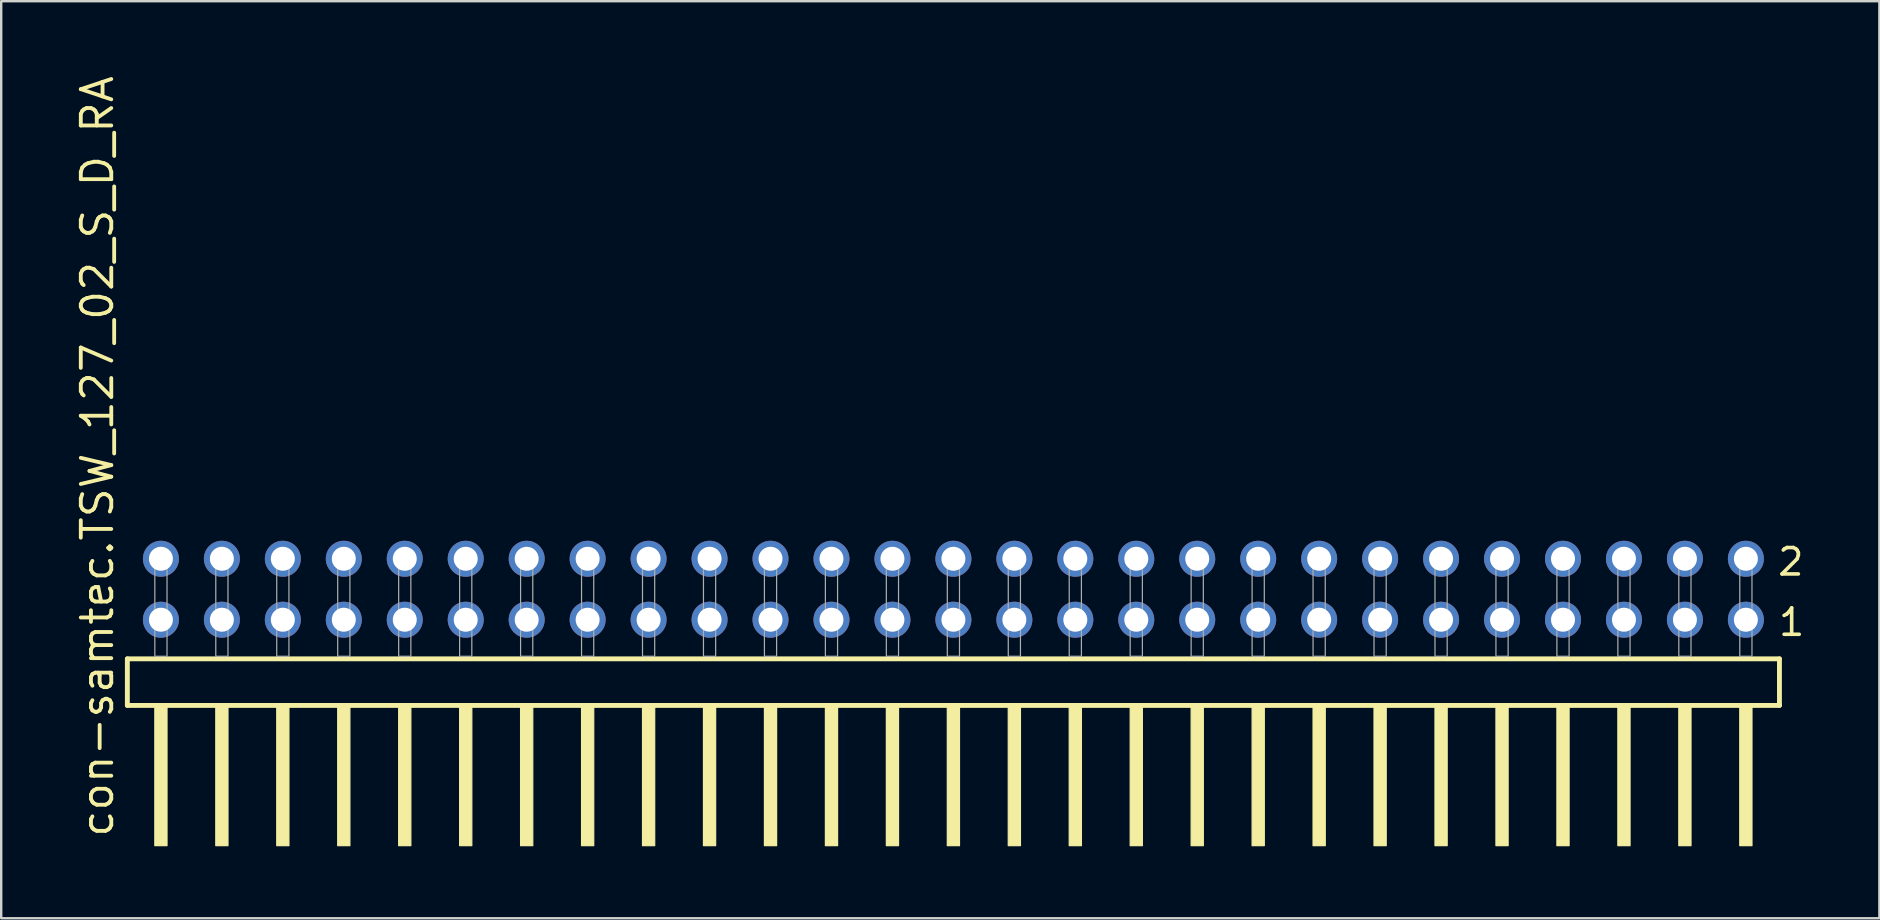
<source format=kicad_pcb>
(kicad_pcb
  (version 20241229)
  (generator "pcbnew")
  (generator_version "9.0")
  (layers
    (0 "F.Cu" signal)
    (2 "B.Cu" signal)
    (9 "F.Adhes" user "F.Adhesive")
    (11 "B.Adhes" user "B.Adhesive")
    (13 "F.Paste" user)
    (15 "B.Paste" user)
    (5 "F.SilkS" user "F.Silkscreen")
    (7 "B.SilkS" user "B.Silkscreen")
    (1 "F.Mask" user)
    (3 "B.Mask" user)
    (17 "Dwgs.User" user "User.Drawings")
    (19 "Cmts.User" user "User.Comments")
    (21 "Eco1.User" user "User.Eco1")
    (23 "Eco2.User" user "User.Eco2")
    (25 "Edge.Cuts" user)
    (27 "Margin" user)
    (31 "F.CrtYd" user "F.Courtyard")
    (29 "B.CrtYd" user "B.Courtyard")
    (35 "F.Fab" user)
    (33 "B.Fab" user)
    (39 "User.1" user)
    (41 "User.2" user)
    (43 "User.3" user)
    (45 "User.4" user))
  (footprint "con-samtec.TSW_127_02_S_D_RA"
    (layer "F.Cu")
    (at 36.675 24.296)
    (property "Reference" "con-samtec.TSW_127_02_S_D_RA" (at -34.925 7.62 90) (layer "F.SilkS") (effects (font (size 1.27 1.27) (thickness 0.16)) (justify left bottom)))
    (attr through_hole)
    (fp_line (start -34.419 0.106) (end -34.419 2.046) (stroke (width 0.203) (type default)) (layer "F.SilkS"))
    (fp_line (start -34.419 2.046) (end 34.419 2.046) (stroke (width 0.203) (type default)) (layer "F.SilkS"))
    (fp_line (start 34.419 0.106) (end -34.419 0.106) (stroke (width 0.203) (type default)) (layer "F.SilkS"))
    (fp_line (start 34.419 2.046) (end 34.419 0.106) (stroke (width 0.203) (type default)) (layer "F.SilkS"))
    (fp_rect (start -33.274 7.89) (end -32.766 2.04) (stroke (width 0.05) (type default)) (fill yes) (layer "F.SilkS"))
    (fp_rect (start -30.734 7.89) (end -30.226 2.04) (stroke (width 0.05) (type default)) (fill yes) (layer "F.SilkS"))
    (fp_rect (start -28.194 7.89) (end -27.686 2.04) (stroke (width 0.05) (type default)) (fill yes) (layer "F.SilkS"))
    (fp_rect (start -25.654 7.89) (end -25.146 2.04) (stroke (width 0.05) (type default)) (fill yes) (layer "F.SilkS"))
    (fp_rect (start -23.114 7.89) (end -22.606 2.04) (stroke (width 0.05) (type default)) (fill yes) (layer "F.SilkS"))
    (fp_rect (start -20.574 7.89) (end -20.066 2.04) (stroke (width 0.05) (type default)) (fill yes) (layer "F.SilkS"))
    (fp_rect (start -18.034 7.89) (end -17.526 2.04) (stroke (width 0.05) (type default)) (fill yes) (layer "F.SilkS"))
    (fp_rect (start -15.494 7.89) (end -14.986 2.04) (stroke (width 0.05) (type default)) (fill yes) (layer "F.SilkS"))
    (fp_rect (start -12.954 7.89) (end -12.446 2.04) (stroke (width 0.05) (type default)) (fill yes) (layer "F.SilkS"))
    (fp_rect (start -10.414 7.89) (end -9.906 2.04) (stroke (width 0.05) (type default)) (fill yes) (layer "F.SilkS"))
    (fp_rect (start -7.874 7.89) (end -7.366 2.04) (stroke (width 0.05) (type default)) (fill yes) (layer "F.SilkS"))
    (fp_rect (start -5.334 7.89) (end -4.826 2.04) (stroke (width 0.05) (type default)) (fill yes) (layer "F.SilkS"))
    (fp_rect (start -2.794 7.89) (end -2.286 2.04) (stroke (width 0.05) (type default)) (fill yes) (layer "F.SilkS"))
    (fp_rect (start -0.254 7.89) (end 0.254 2.04) (stroke (width 0.05) (type default)) (fill yes) (layer "F.SilkS"))
    (fp_rect (start 2.286 7.89) (end 2.794 2.04) (stroke (width 0.05) (type default)) (fill yes) (layer "F.SilkS"))
    (fp_rect (start 4.826 7.89) (end 5.334 2.04) (stroke (width 0.05) (type default)) (fill yes) (layer "F.SilkS"))
    (fp_rect (start 7.366 7.89) (end 7.874 2.04) (stroke (width 0.05) (type default)) (fill yes) (layer "F.SilkS"))
    (fp_rect (start 9.906 7.89) (end 10.414 2.04) (stroke (width 0.05) (type default)) (fill yes) (layer "F.SilkS"))
    (fp_rect (start 12.446 7.89) (end 12.954 2.04) (stroke (width 0.05) (type default)) (fill yes) (layer "F.SilkS"))
    (fp_rect (start 14.986 7.89) (end 15.494 2.04) (stroke (width 0.05) (type default)) (fill yes) (layer "F.SilkS"))
    (fp_rect (start 17.526 7.89) (end 18.034 2.04) (stroke (width 0.05) (type default)) (fill yes) (layer "F.SilkS"))
    (fp_rect (start 20.066 7.89) (end 20.574 2.04) (stroke (width 0.05) (type default)) (fill yes) (layer "F.SilkS"))
    (fp_rect (start 22.606 7.89) (end 23.114 2.04) (stroke (width 0.05) (type default)) (fill yes) (layer "F.SilkS"))
    (fp_rect (start 25.146 7.89) (end 25.654 2.04) (stroke (width 0.05) (type default)) (fill yes) (layer "F.SilkS"))
    (fp_rect (start 27.686 7.89) (end 28.194 2.04) (stroke (width 0.05) (type default)) (fill yes) (layer "F.SilkS"))
    (fp_rect (start 30.226 7.89) (end 30.734 2.04) (stroke (width 0.05) (type default)) (fill yes) (layer "F.SilkS"))
    (fp_rect (start 32.766 7.89) (end 33.274 2.04) (stroke (width 0.05) (type default)) (fill yes) (layer "F.SilkS"))
    (fp_rect (start -33.274 0) (end -32.766 -4.318) (stroke (width 0.05) (type default)) (fill no) (layer "F.Fab"))
    (fp_rect (start -30.734 0) (end -30.226 -4.318) (stroke (width 0.05) (type default)) (fill no) (layer "F.Fab"))
    (fp_rect (start -28.194 0) (end -27.686 -4.318) (stroke (width 0.05) (type default)) (fill no) (layer "F.Fab"))
    (fp_rect (start -25.654 0) (end -25.146 -4.318) (stroke (width 0.05) (type default)) (fill no) (layer "F.Fab"))
    (fp_rect (start -23.114 0) (end -22.606 -4.318) (stroke (width 0.05) (type default)) (fill no) (layer "F.Fab"))
    (fp_rect (start -20.574 0) (end -20.066 -4.318) (stroke (width 0.05) (type default)) (fill no) (layer "F.Fab"))
    (fp_rect (start -18.034 0) (end -17.526 -4.318) (stroke (width 0.05) (type default)) (fill no) (layer "F.Fab"))
    (fp_rect (start -15.494 0) (end -14.986 -4.318) (stroke (width 0.05) (type default)) (fill no) (layer "F.Fab"))
    (fp_rect (start -12.954 0) (end -12.446 -4.318) (stroke (width 0.05) (type default)) (fill no) (layer "F.Fab"))
    (fp_rect (start -10.414 0) (end -9.906 -4.318) (stroke (width 0.05) (type default)) (fill no) (layer "F.Fab"))
    (fp_rect (start -7.874 0) (end -7.366 -4.318) (stroke (width 0.05) (type default)) (fill no) (layer "F.Fab"))
    (fp_rect (start -5.334 0) (end -4.826 -4.318) (stroke (width 0.05) (type default)) (fill no) (layer "F.Fab"))
    (fp_rect (start -2.794 0) (end -2.286 -4.318) (stroke (width 0.05) (type default)) (fill no) (layer "F.Fab"))
    (fp_rect (start -0.254 0) (end 0.254 -4.318) (stroke (width 0.05) (type default)) (fill no) (layer "F.Fab"))
    (fp_rect (start 2.286 0) (end 2.794 -4.318) (stroke (width 0.05) (type default)) (fill no) (layer "F.Fab"))
    (fp_rect (start 4.826 0) (end 5.334 -4.318) (stroke (width 0.05) (type default)) (fill no) (layer "F.Fab"))
    (fp_rect (start 7.366 0) (end 7.874 -4.318) (stroke (width 0.05) (type default)) (fill no) (layer "F.Fab"))
    (fp_rect (start 9.906 0) (end 10.414 -4.318) (stroke (width 0.05) (type default)) (fill no) (layer "F.Fab"))
    (fp_rect (start 12.446 0) (end 12.954 -4.318) (stroke (width 0.05) (type default)) (fill no) (layer "F.Fab"))
    (fp_rect (start 14.986 0) (end 15.494 -4.318) (stroke (width 0.05) (type default)) (fill no) (layer "F.Fab"))
    (fp_rect (start 17.526 0) (end 18.034 -4.318) (stroke (width 0.05) (type default)) (fill no) (layer "F.Fab"))
    (fp_rect (start 20.066 0) (end 20.574 -4.318) (stroke (width 0.05) (type default)) (fill no) (layer "F.Fab"))
    (fp_rect (start 22.606 0) (end 23.114 -4.318) (stroke (width 0.05) (type default)) (fill no) (layer "F.Fab"))
    (fp_rect (start 25.146 0) (end 25.654 -4.318) (stroke (width 0.05) (type default)) (fill no) (layer "F.Fab"))
    (fp_rect (start 27.686 0) (end 28.194 -4.318) (stroke (width 0.05) (type default)) (fill no) (layer "F.Fab"))
    (fp_rect (start 30.226 0) (end 30.734 -4.318) (stroke (width 0.05) (type default)) (fill no) (layer "F.Fab"))
    (fp_rect (start 32.766 0) (end 33.274 -4.318) (stroke (width 0.05) (type default)) (fill no) (layer "F.Fab"))
    (fp_text user "1" (at 34.305 -0.775 0) (layer "F.SilkS") (effects (font (size 1.1 1.1) (thickness 0.15)) (justify left bottom)))
    (fp_text user "2" (at 34.27 -3.29 0) (layer "F.SilkS") (effects (font (size 1.1 1.1) (thickness 0.15)) (justify left bottom)))
    (pad "1" thru_hole circle (at 33.02 -1.524 180) (size 1.5 1.5) (drill 1) (layers "*.Cu" "*.Mask"))
    (pad "2" thru_hole circle (at 33.02 -4.064 180) (size 1.5 1.5) (drill 1) (layers "*.Cu" "*.Mask"))
    (pad "3" thru_hole circle (at 30.48 -1.524 180) (size 1.5 1.5) (drill 1) (layers "*.Cu" "*.Mask"))
    (pad "4" thru_hole circle (at 30.48 -4.064 180) (size 1.5 1.5) (drill 1) (layers "*.Cu" "*.Mask"))
    (pad "5" thru_hole circle (at 27.94 -1.524 180) (size 1.5 1.5) (drill 1) (layers "*.Cu" "*.Mask"))
    (pad "6" thru_hole circle (at 27.94 -4.064 180) (size 1.5 1.5) (drill 1) (layers "*.Cu" "*.Mask"))
    (pad "7" thru_hole circle (at 25.4 -1.524 180) (size 1.5 1.5) (drill 1) (layers "*.Cu" "*.Mask"))
    (pad "8" thru_hole circle (at 25.4 -4.064 180) (size 1.5 1.5) (drill 1) (layers "*.Cu" "*.Mask"))
    (pad "9" thru_hole circle (at 22.86 -1.524 180) (size 1.5 1.5) (drill 1) (layers "*.Cu" "*.Mask"))
    (pad "10" thru_hole circle (at 22.86 -4.064 180) (size 1.5 1.5) (drill 1) (layers "*.Cu" "*.Mask"))
    (pad "11" thru_hole circle (at 20.32 -1.524 180) (size 1.5 1.5) (drill 1) (layers "*.Cu" "*.Mask"))
    (pad "12" thru_hole circle (at 20.32 -4.064 180) (size 1.5 1.5) (drill 1) (layers "*.Cu" "*.Mask"))
    (pad "13" thru_hole circle (at 17.78 -1.524 180) (size 1.5 1.5) (drill 1) (layers "*.Cu" "*.Mask"))
    (pad "14" thru_hole circle (at 17.78 -4.064 180) (size 1.5 1.5) (drill 1) (layers "*.Cu" "*.Mask"))
    (pad "15" thru_hole circle (at 15.24 -1.524 180) (size 1.5 1.5) (drill 1) (layers "*.Cu" "*.Mask"))
    (pad "16" thru_hole circle (at 15.24 -4.064 180) (size 1.5 1.5) (drill 1) (layers "*.Cu" "*.Mask"))
    (pad "17" thru_hole circle (at 12.7 -1.524 180) (size 1.5 1.5) (drill 1) (layers "*.Cu" "*.Mask"))
    (pad "18" thru_hole circle (at 12.7 -4.064 180) (size 1.5 1.5) (drill 1) (layers "*.Cu" "*.Mask"))
    (pad "19" thru_hole circle (at 10.16 -1.524 180) (size 1.5 1.5) (drill 1) (layers "*.Cu" "*.Mask"))
    (pad "20" thru_hole circle (at 10.16 -4.064 180) (size 1.5 1.5) (drill 1) (layers "*.Cu" "*.Mask"))
    (pad "21" thru_hole circle (at 7.62 -1.524 180) (size 1.5 1.5) (drill 1) (layers "*.Cu" "*.Mask"))
    (pad "22" thru_hole circle (at 7.62 -4.064 180) (size 1.5 1.5) (drill 1) (layers "*.Cu" "*.Mask"))
    (pad "23" thru_hole circle (at 5.08 -1.524 180) (size 1.5 1.5) (drill 1) (layers "*.Cu" "*.Mask"))
    (pad "24" thru_hole circle (at 5.08 -4.064 180) (size 1.5 1.5) (drill 1) (layers "*.Cu" "*.Mask"))
    (pad "25" thru_hole circle (at 2.54 -1.524 180) (size 1.5 1.5) (drill 1) (layers "*.Cu" "*.Mask"))
    (pad "26" thru_hole circle (at 2.54 -4.064 180) (size 1.5 1.5) (drill 1) (layers "*.Cu" "*.Mask"))
    (pad "27" thru_hole circle (at 0 -1.524 180) (size 1.5 1.5) (drill 1) (layers "*.Cu" "*.Mask"))
    (pad "28" thru_hole circle (at 0 -4.064 180) (size 1.5 1.5) (drill 1) (layers "*.Cu" "*.Mask"))
    (pad "29" thru_hole circle (at -2.54 -1.524 180) (size 1.5 1.5) (drill 1) (layers "*.Cu" "*.Mask"))
    (pad "30" thru_hole circle (at -2.54 -4.064 180) (size 1.5 1.5) (drill 1) (layers "*.Cu" "*.Mask"))
    (pad "31" thru_hole circle (at -5.08 -1.524 180) (size 1.5 1.5) (drill 1) (layers "*.Cu" "*.Mask"))
    (pad "32" thru_hole circle (at -5.08 -4.064 180) (size 1.5 1.5) (drill 1) (layers "*.Cu" "*.Mask"))
    (pad "33" thru_hole circle (at -7.62 -1.524 180) (size 1.5 1.5) (drill 1) (layers "*.Cu" "*.Mask"))
    (pad "34" thru_hole circle (at -7.62 -4.064 180) (size 1.5 1.5) (drill 1) (layers "*.Cu" "*.Mask"))
    (pad "35" thru_hole circle (at -10.16 -1.524 180) (size 1.5 1.5) (drill 1) (layers "*.Cu" "*.Mask"))
    (pad "36" thru_hole circle (at -10.16 -4.064 180) (size 1.5 1.5) (drill 1) (layers "*.Cu" "*.Mask"))
    (pad "37" thru_hole circle (at -12.7 -1.524 180) (size 1.5 1.5) (drill 1) (layers "*.Cu" "*.Mask"))
    (pad "38" thru_hole circle (at -12.7 -4.064 180) (size 1.5 1.5) (drill 1) (layers "*.Cu" "*.Mask"))
    (pad "39" thru_hole circle (at -15.24 -1.524 180) (size 1.5 1.5) (drill 1) (layers "*.Cu" "*.Mask"))
    (pad "40" thru_hole circle (at -15.24 -4.064 180) (size 1.5 1.5) (drill 1) (layers "*.Cu" "*.Mask"))
    (pad "41" thru_hole circle (at -17.78 -1.524 180) (size 1.5 1.5) (drill 1) (layers "*.Cu" "*.Mask"))
    (pad "42" thru_hole circle (at -17.78 -4.064 180) (size 1.5 1.5) (drill 1) (layers "*.Cu" "*.Mask"))
    (pad "43" thru_hole circle (at -20.32 -1.524 180) (size 1.5 1.5) (drill 1) (layers "*.Cu" "*.Mask"))
    (pad "44" thru_hole circle (at -20.32 -4.064 180) (size 1.5 1.5) (drill 1) (layers "*.Cu" "*.Mask"))
    (pad "45" thru_hole circle (at -22.86 -1.524 180) (size 1.5 1.5) (drill 1) (layers "*.Cu" "*.Mask"))
    (pad "46" thru_hole circle (at -22.86 -4.064 180) (size 1.5 1.5) (drill 1) (layers "*.Cu" "*.Mask"))
    (pad "47" thru_hole circle (at -25.4 -1.524 180) (size 1.5 1.5) (drill 1) (layers "*.Cu" "*.Mask"))
    (pad "48" thru_hole circle (at -25.4 -4.064 180) (size 1.5 1.5) (drill 1) (layers "*.Cu" "*.Mask"))
    (pad "49" thru_hole circle (at -27.94 -1.524 180) (size 1.5 1.5) (drill 1) (layers "*.Cu" "*.Mask"))
    (pad "50" thru_hole circle (at -27.94 -4.064 180) (size 1.5 1.5) (drill 1) (layers "*.Cu" "*.Mask"))
    (pad "51" thru_hole circle (at -30.48 -1.524 180) (size 1.5 1.5) (drill 1) (layers "*.Cu" "*.Mask"))
    (pad "52" thru_hole circle (at -30.48 -4.064 180) (size 1.5 1.5) (drill 1) (layers "*.Cu" "*.Mask"))
    (pad "53" thru_hole circle (at -33.02 -1.524 180) (size 1.5 1.5) (drill 1) (layers "*.Cu" "*.Mask"))
    (pad "54" thru_hole circle (at -33.02 -4.064 180) (size 1.5 1.5) (drill 1) (layers "*.Cu" "*.Mask")))
  (gr_rect
    (start -3 -3)
    (end 75.258 35.211)
    (stroke (width 0.1) (type default))
    (fill no)
    (layer "Edge.Cuts")))
</source>
